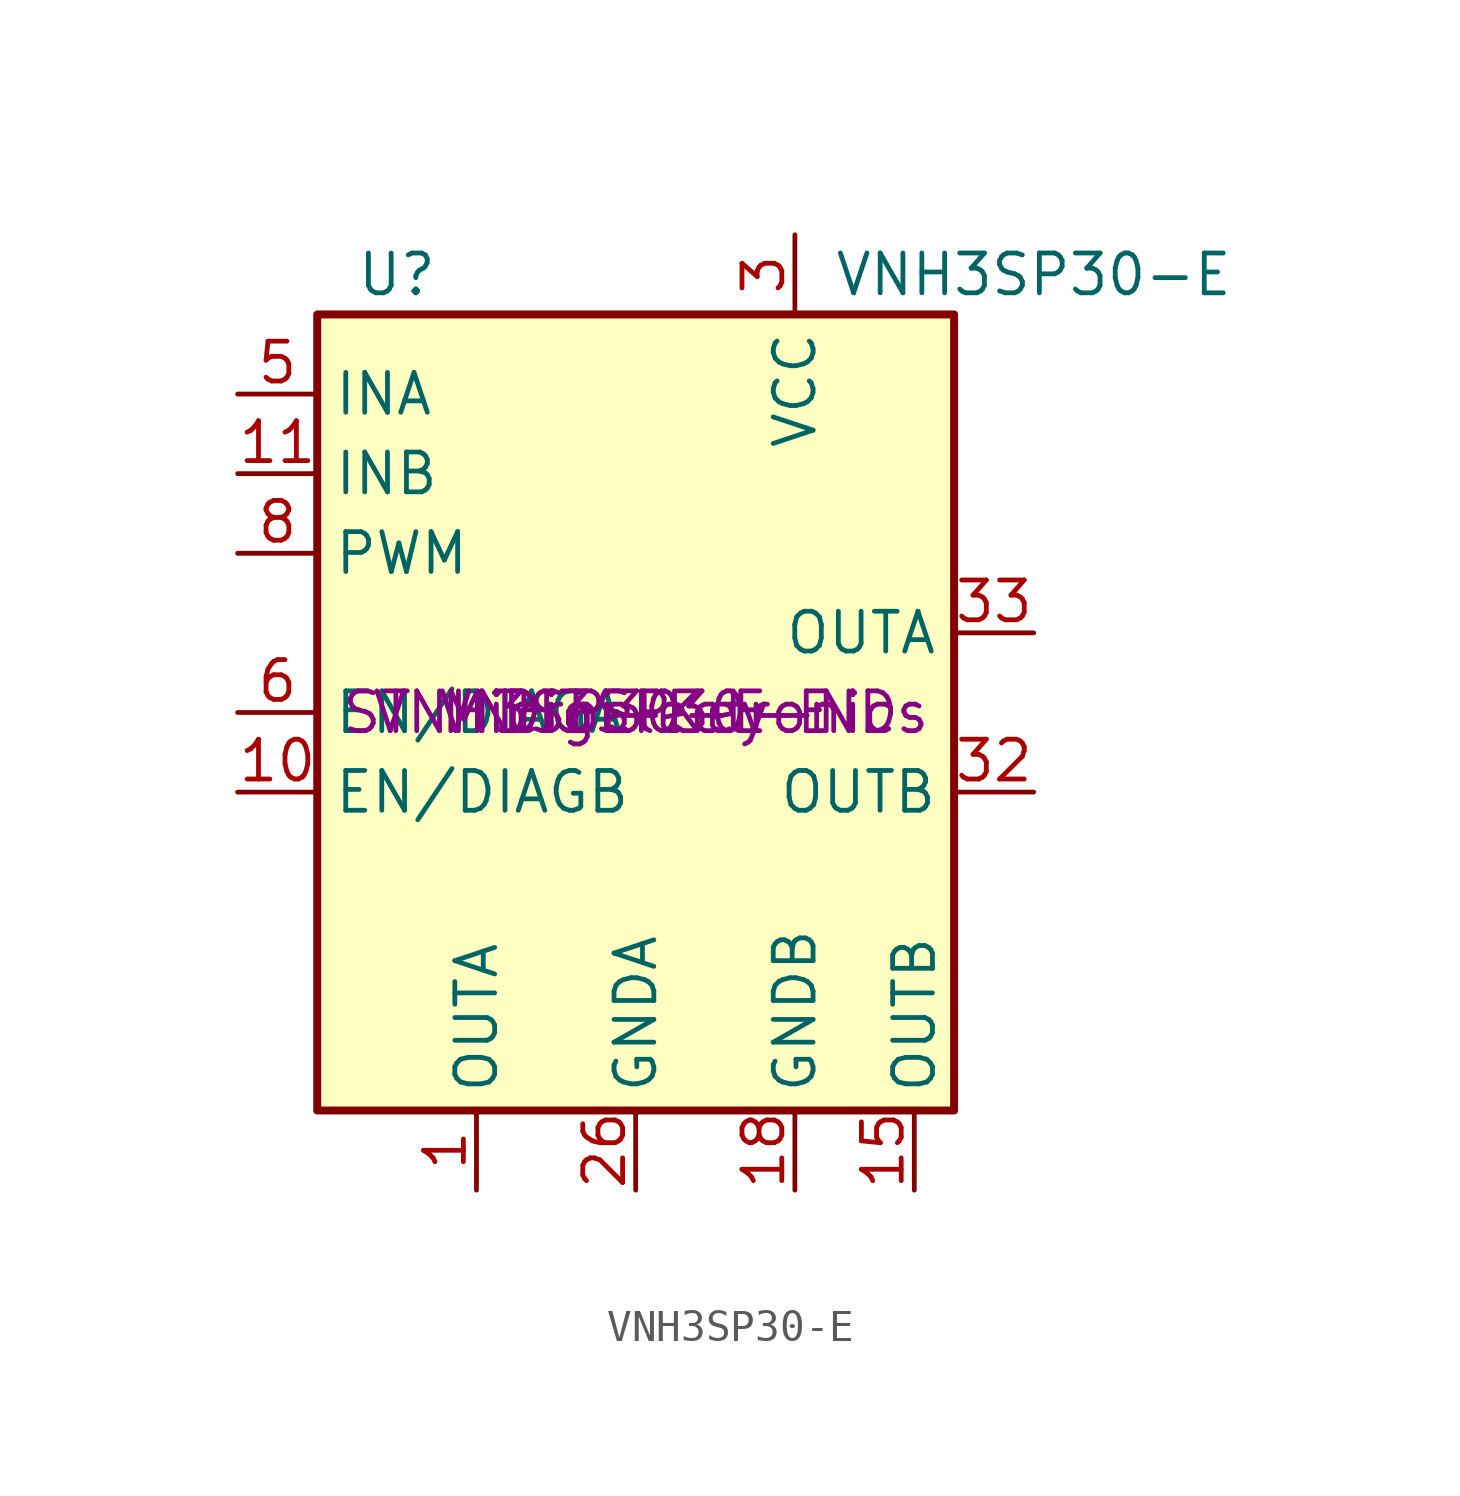
<source format=kicad_sym>
(kicad_symbol_lib
  (version 20241209)
  (generator "kicad_symbol_editor")
  (generator_version "9.0")
  (symbol "VNH3SP30-E"
    (property "Reference" "U"
      (at -7.62 13.97 0)
      (effects (font (size 1.27 1.27))))
    (property "Value" "VNH3SP30-E"
      (at 12.7 13.97 0)
      (effects (font (size 1.27 1.27))))
    (property "Manufacturer" "ST Microelectronics"
      (at 0 0 0)
      (effects (font (size 1.27 1.27))))
    (property "Manufacturer part number (MPN)" "VNH3SP30-E"
      (at 0 0 0)
      (effects (font (size 1.27 1.27))))
    (property "Supplier name" "Digi-Key"
      (at 0 0 0)
      (effects (font (size 1.27 1.27))))
    (property "Supplier part number (SPN)" "VNH3SP30-E-ND"
      (at 0 0 0)
      (effects (font (size 1.27 1.27))))
    (symbol "VNH3SP30-E_0_1"
      (rectangle (start -10.16 12.7) (end 10.16 -12.7) (stroke (width 0.254) (type solid)) (fill (type background))))
    (symbol "VNH3SP30-E_1_1"
      (pin input line (at -12.7 10.16 0) (length 2.54) (name "INA" (effects (font (size 1.27 1.27)))) (number "5" (effects (font (size 1.27 1.27)))))
      (pin input line (at -12.7 7.62 0) (length 2.54) (name "INB" (effects (font (size 1.27 1.27)))) (number "11" (effects (font (size 1.27 1.27)))))
      (pin input line (at -12.7 5.08 0) (length 2.54) (name "PWM" (effects (font (size 1.27 1.27)))) (number "8" (effects (font (size 1.27 1.27)))))
      (pin open_collector line (at -12.7 0 0) (length 2.54) (name "EN/DIAGA" (effects (font (size 1.27 1.27)))) (number "6" (effects (font (size 1.27 1.27)))))
      (pin open_collector line (at -12.7 -2.54 0) (length 2.54) (name "EN/DIAGB" (effects (font (size 1.27 1.27)))) (number "10" (effects (font (size 1.27 1.27)))))
      (pin no_connect line (at -10.16 2.54 0) (length 2.54) (hide yes) (name "NC" (effects (font (size 1.27 1.27)))) (number "12" (effects (font (size 1.27 1.27)))))
      (pin no_connect line (at -10.16 -5.08 0) (length 2.54) (hide yes) (name "NC" (effects (font (size 1.27 1.27)))) (number "4" (effects (font (size 1.27 1.27)))))
      (pin no_connect line (at -10.16 -7.62 0) (length 2.54) (hide yes) (name "NC" (effects (font (size 1.27 1.27)))) (number "7" (effects (font (size 1.27 1.27)))))
      (pin no_connect line (at -10.16 -10.16 0) (length 2.54) (hide yes) (name "NC" (effects (font (size 1.27 1.27)))) (number "9" (effects (font (size 1.27 1.27)))))
      (pin output line (at -5.08 -15.24 90) (length 2.54) (name "OUTA" (effects (font (size 1.27 1.27)))) (number "1" (effects (font (size 1.27 1.27)))))
      (pin power_in line (at 0 -15.24 90) (length 2.54) (name "GNDA" (effects (font (size 1.27 1.27)))) (number "26" (effects (font (size 1.27 1.27)))))
      (pin passive line (at 0 -15.24 90) (length 2.54) (hide yes) (name "GNDA" (effects (font (size 1.27 1.27)))) (number "27" (effects (font (size 1.27 1.27)))))
      (pin passive line (at 0 -15.24 90) (length 2.54) (hide yes) (name "GNDA" (effects (font (size 1.27 1.27)))) (number "28" (effects (font (size 1.27 1.27)))))
      (pin passive line (at 5.08 15.24 270) (length 2.54) (hide yes) (name "VCC" (effects (font (size 1.27 1.27)))) (number "13" (effects (font (size 1.27 1.27)))))
      (pin passive line (at 5.08 15.24 270) (length 2.54) (hide yes) (name "VCC" (effects (font (size 1.27 1.27)))) (number "23" (effects (font (size 1.27 1.27)))))
      (pin power_in line (at 5.08 15.24 270) (length 2.54) (name "VCC" (effects (font (size 1.27 1.27)))) (number "3" (effects (font (size 1.27 1.27)))))
      (pin passive line (at 5.08 15.24 270) (length 2.54) (hide yes) (name "VCC" (effects (font (size 1.27 1.27)))) (number "31" (effects (font (size 1.27 1.27)))))
      (pin power_in line (at 5.08 -15.24 90) (length 2.54) (name "GNDB" (effects (font (size 1.27 1.27)))) (number "18" (effects (font (size 1.27 1.27)))))
      (pin passive line (at 5.08 -15.24 90) (length 2.54) (hide yes) (name "GNDB" (effects (font (size 1.27 1.27)))) (number "19" (effects (font (size 1.27 1.27)))))
      (pin passive line (at 5.08 -15.24 90) (length 2.54) (hide yes) (name "GNDB" (effects (font (size 1.27 1.27)))) (number "20" (effects (font (size 1.27 1.27)))))
      (pin output line (at 8.89 -15.24 90) (length 2.54) (name "OUTB" (effects (font (size 1.27 1.27)))) (number "15" (effects (font (size 1.27 1.27)))))
      (pin no_connect line (at 10.16 7.62 180) (length 2.54) (hide yes) (name "NC" (effects (font (size 1.27 1.27)))) (number "29" (effects (font (size 1.27 1.27)))))
      (pin no_connect line (at 10.16 5.08 180) (length 2.54) (hide yes) (name "NC" (effects (font (size 1.27 1.27)))) (number "24" (effects (font (size 1.27 1.27)))))
      (pin no_connect line (at 10.16 0 180) (length 2.54) (hide yes) (name "NC" (effects (font (size 1.27 1.27)))) (number "22" (effects (font (size 1.27 1.27)))))
      (pin no_connect line (at 10.16 -5.08 180) (length 2.54) (hide yes) (name "NC" (effects (font (size 1.27 1.27)))) (number "17" (effects (font (size 1.27 1.27)))))
      (pin no_connect line (at 10.16 -7.62 180) (length 2.54) (hide yes) (name "NC" (effects (font (size 1.27 1.27)))) (number "2" (effects (font (size 1.27 1.27)))))
      (pin no_connect line (at 10.16 -10.16 180) (length 2.54) (hide yes) (name "NC" (effects (font (size 1.27 1.27)))) (number "14" (effects (font (size 1.27 1.27)))))
      (pin passive line (at 12.7 2.54 180) (length 2.54) (hide yes) (name "OUTA" (effects (font (size 1.27 1.27)))) (number "25" (effects (font (size 1.27 1.27)))))
      (pin passive line (at 12.7 2.54 180) (length 2.54) (hide yes) (name "OUTA" (effects (font (size 1.27 1.27)))) (number "30" (effects (font (size 1.27 1.27)))))
      (pin passive line (at 12.7 2.54 180) (length 2.54) (name "OUTA" (effects (font (size 1.27 1.27)))) (number "33" (effects (font (size 1.27 1.27)))))
      (pin passive line (at 12.7 -2.54 180) (length 2.54) (hide yes) (name "OUTB" (effects (font (size 1.27 1.27)))) (number "16" (effects (font (size 1.27 1.27)))))
      (pin passive line (at 12.7 -2.54 180) (length 2.54) (hide yes) (name "OUTB" (effects (font (size 1.27 1.27)))) (number "21" (effects (font (size 1.27 1.27)))))
      (pin passive line (at 12.7 -2.54 180) (length 2.54) (name "OUTB" (effects (font (size 1.27 1.27)))) (number "32" (effects (font (size 1.27 1.27))))))))
</source>
